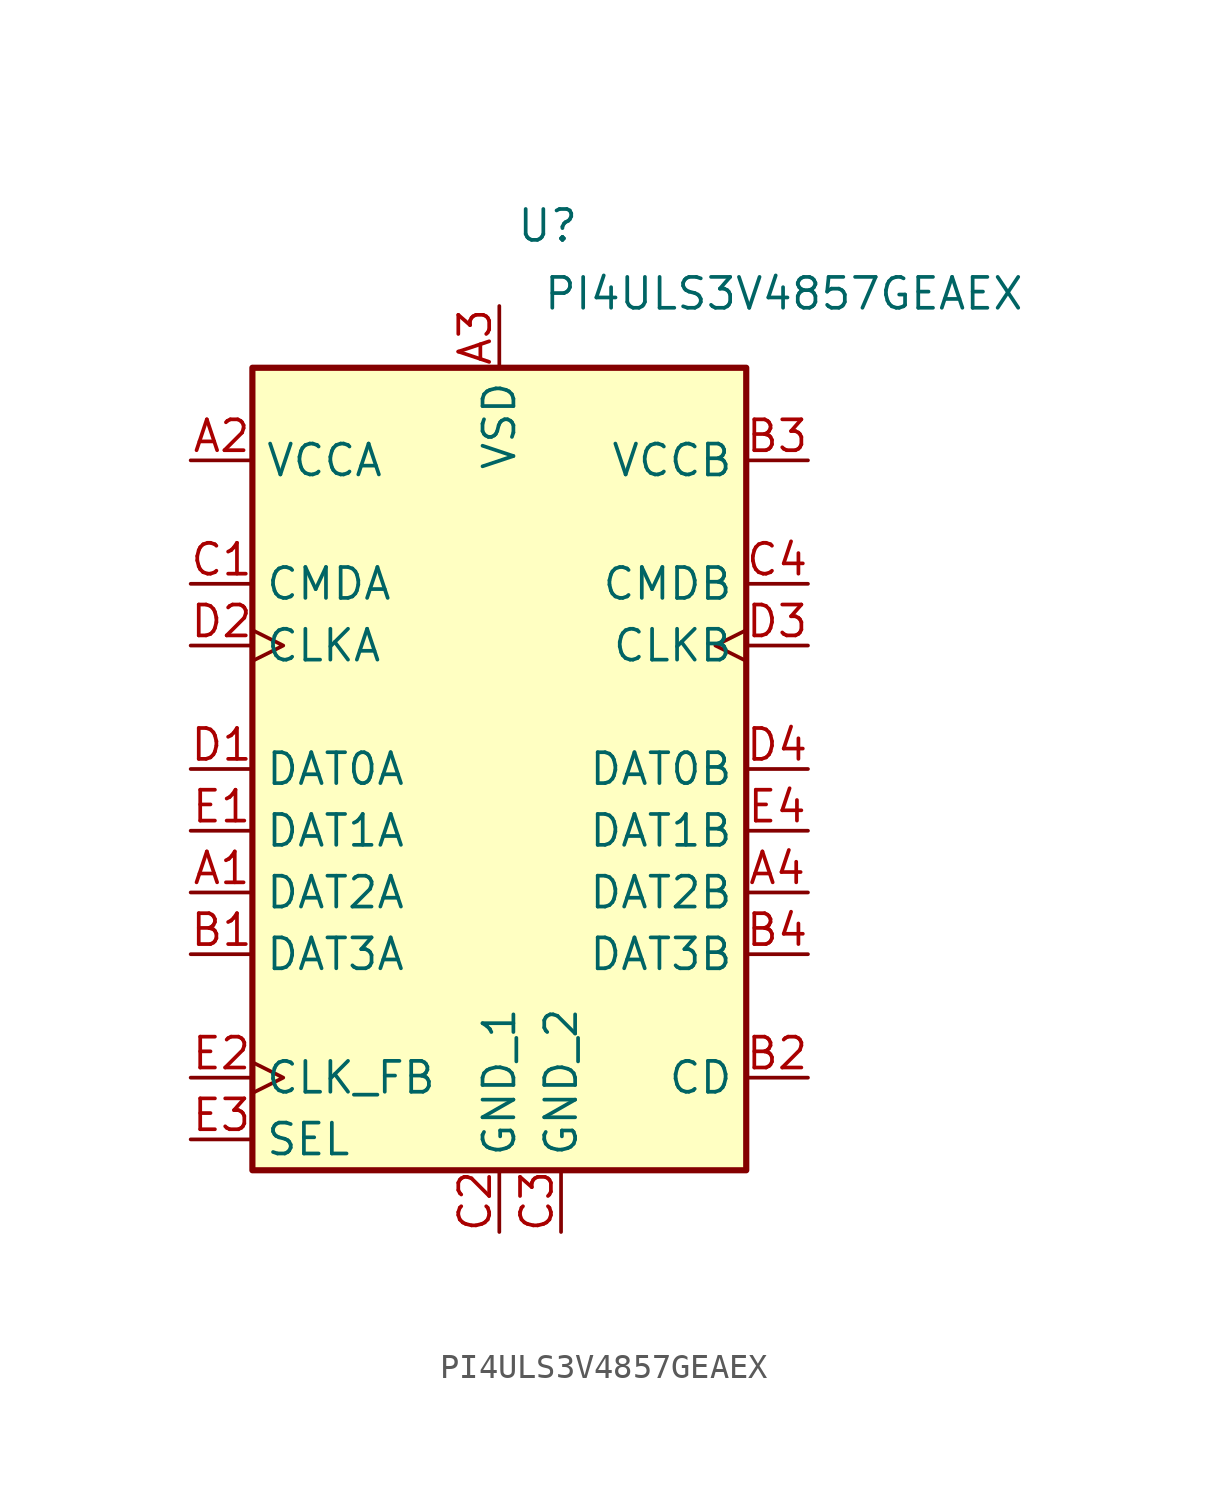
<source format=kicad_sym>
(kicad_symbol_lib
  (version 20230620)
  (generator kicad_symbol_editor)
  (symbol "PI4ULS3V4857GEAEX"
    (property "Reference" "U"
      (at 3.302 22.352 0)
      (effects (font (size 1.27 1.27)) (justify right)))
    (property "Value" "PI4ULS3V4857GEAEX"
      (at 1.778 19.558 0)
      (effects (font (size 1.27 1.27)) (justify left)))
    (symbol "PI4ULS3V4857GEAEX_0_1"
      (rectangle (start -10.16 16.51) (end 10.16 -16.51) (stroke (width 0.254) (type default)) (fill (type background))))
    (symbol "PI4ULS3V4857GEAEX_1_1"
      (pin bidirectional line (at -12.7 -5.08 0) (length 2.54) (name "DAT2A" (effects (font (size 1.27 1.27)))) (number "A1" (effects (font (size 1.27 1.27)))))
      (pin power_in line (at -12.7 12.7 0) (length 2.54) (name "VCCA" (effects (font (size 1.27 1.27)))) (number "A2" (effects (font (size 1.27 1.27)))))
      (pin power_in line (at 0 19.05 270) (length 2.54) (name "VSD" (effects (font (size 1.27 1.27)))) (number "A3" (effects (font (size 1.27 1.27)))))
      (pin bidirectional line (at 12.7 -5.08 180) (length 2.54) (name "DAT2B" (effects (font (size 1.27 1.27)))) (number "A4" (effects (font (size 1.27 1.27)))))
      (pin bidirectional line (at -12.7 -7.62 0) (length 2.54) (name "DAT3A" (effects (font (size 1.27 1.27)))) (number "B1" (effects (font (size 1.27 1.27)))))
      (pin output line (at 12.7 -12.7 180) (length 2.54) (name "CD" (effects (font (size 1.27 1.27)))) (number "B2" (effects (font (size 1.27 1.27)))))
      (pin power_in line (at 12.7 12.7 180) (length 2.54) (name "VCCB" (effects (font (size 1.27 1.27)))) (number "B3" (effects (font (size 1.27 1.27)))))
      (pin bidirectional line (at 12.7 -7.62 180) (length 2.54) (name "DAT3B" (effects (font (size 1.27 1.27)))) (number "B4" (effects (font (size 1.27 1.27)))))
      (pin bidirectional line (at -12.7 7.62 0) (length 2.54) (name "CMDA" (effects (font (size 1.27 1.27)))) (number "C1" (effects (font (size 1.27 1.27)))))
      (pin power_in line (at 0 -19.05 90) (length 2.54) (name "GND_1" (effects (font (size 1.27 1.27)))) (number "C2" (effects (font (size 1.27 1.27)))))
      (pin power_in line (at 2.54 -19.05 90) (length 2.54) (name "GND_2" (effects (font (size 1.27 1.27)))) (number "C3" (effects (font (size 1.27 1.27)))))
      (pin bidirectional line (at 12.7 7.62 180) (length 2.54) (name "CMDB" (effects (font (size 1.27 1.27)))) (number "C4" (effects (font (size 1.27 1.27)))))
      (pin bidirectional line (at -12.7 0 0) (length 2.54) (name "DAT0A" (effects (font (size 1.27 1.27)))) (number "D1" (effects (font (size 1.27 1.27)))))
      (pin input clock (at -12.7 5.08 0) (length 2.54) (name "CLKA" (effects (font (size 1.27 1.27)))) (number "D2" (effects (font (size 1.27 1.27)))))
      (pin input clock (at 12.7 5.08 180) (length 2.54) (name "CLKB" (effects (font (size 1.27 1.27)))) (number "D3" (effects (font (size 1.27 1.27)))))
      (pin bidirectional line (at 12.7 0 180) (length 2.54) (name "DAT0B" (effects (font (size 1.27 1.27)))) (number "D4" (effects (font (size 1.27 1.27)))))
      (pin bidirectional line (at -12.7 -2.54 0) (length 2.54) (name "DAT1A" (effects (font (size 1.27 1.27)))) (number "E1" (effects (font (size 1.27 1.27)))))
      (pin output clock (at -12.7 -12.7 0) (length 2.54) (name "CLK_FB" (effects (font (size 1.27 1.27)))) (number "E2" (effects (font (size 1.27 1.27)))))
      (pin input line (at -12.7 -15.24 0) (length 2.54) (name "SEL" (effects (font (size 1.27 1.27)))) (number "E3" (effects (font (size 1.27 1.27)))))
      (pin bidirectional line (at 12.7 -2.54 180) (length 2.54) (name "DAT1B" (effects (font (size 1.27 1.27)))) (number "E4" (effects (font (size 1.27 1.27))))))))
</source>
